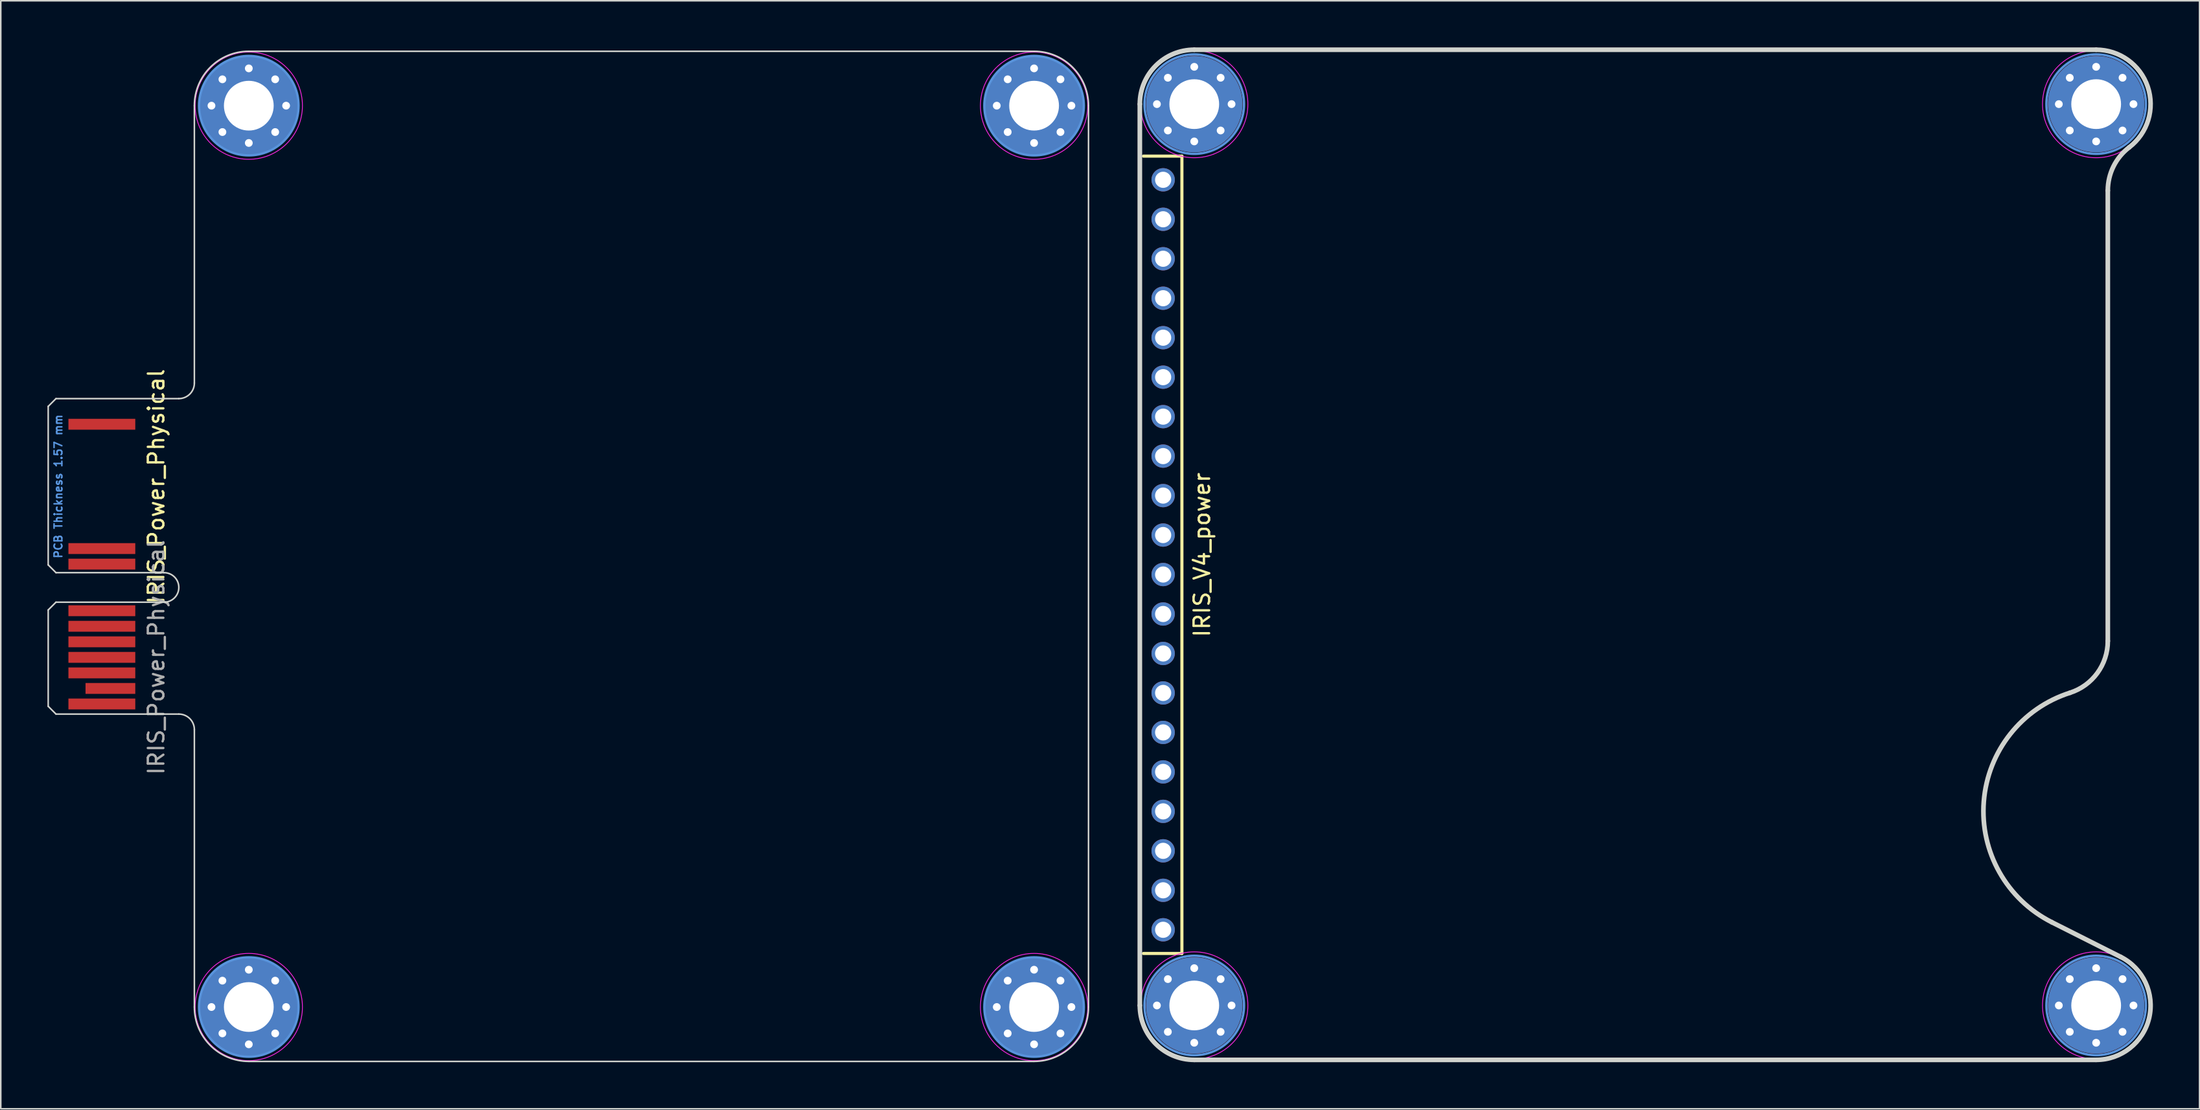
<source format=kicad_pcb>
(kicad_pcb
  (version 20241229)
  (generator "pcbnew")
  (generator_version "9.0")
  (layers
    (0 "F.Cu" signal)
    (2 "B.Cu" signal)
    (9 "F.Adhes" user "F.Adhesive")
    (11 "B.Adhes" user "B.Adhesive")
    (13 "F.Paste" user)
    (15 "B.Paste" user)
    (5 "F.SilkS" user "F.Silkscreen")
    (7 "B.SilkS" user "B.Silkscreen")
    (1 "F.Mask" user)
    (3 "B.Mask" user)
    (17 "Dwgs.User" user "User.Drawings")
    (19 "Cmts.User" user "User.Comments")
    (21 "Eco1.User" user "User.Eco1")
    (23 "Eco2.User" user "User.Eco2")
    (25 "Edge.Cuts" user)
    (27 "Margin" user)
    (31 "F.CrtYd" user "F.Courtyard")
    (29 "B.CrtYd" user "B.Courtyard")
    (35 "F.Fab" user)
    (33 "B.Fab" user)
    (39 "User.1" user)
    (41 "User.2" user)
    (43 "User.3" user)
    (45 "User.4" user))
  (footprint "IRIS_V4_power"
    (layer "F.Cu")
    (at 70.25 32.65)
    (property "Reference" "IRIS_V4_power" (at 4 0 90) (layer "F.SilkS") (effects (font (size 1 1) (thickness 0.15))))
    (attr exclude_from_pos_files exclude_from_bom)
    (fp_line (start 0.23 25.654) (end 2.706 25.654) (stroke (width 0.2) (type solid)) (layer "F.SilkS"))
    (fp_line (start 2.706 -25.654) (end 0.23 -25.654) (stroke (width 0.2) (type solid)) (layer "F.SilkS"))
    (fp_line (start 2.706 25.654) (end 2.706 -25.654) (stroke (width 0.2) (type solid)) (layer "F.SilkS"))
    (fp_circle (center 3.5 -29) (end 6.7 -29) (stroke (width 0.15) (type solid)) (fill no) (layer "Cmts.User"))
    (fp_circle (center 3.5 29) (end 6.7 29) (stroke (width 0.15) (type solid)) (fill no) (layer "Cmts.User"))
    (fp_circle (center 61.5 -29) (end 64.7 -29) (stroke (width 0.15) (type solid)) (fill no) (layer "Cmts.User"))
    (fp_circle (center 61.5 29) (end 64.7 29) (stroke (width 0.15) (type solid)) (fill no) (layer "Cmts.User"))
    (fp_line (start 0 -29) (end 0 29) (stroke (width 0.3) (type solid)) (layer "Edge.Cuts"))
    (fp_line (start 58.649 23.644) (end 63.075 25.875) (stroke (width 0.3) (type solid)) (layer "Edge.Cuts"))
    (fp_line (start 61.5 -32.5) (end 3.5 -32.5) (stroke (width 0.3) (type solid)) (layer "Edge.Cuts"))
    (fp_line (start 61.5 32.5) (end 3.5 32.5) (stroke (width 0.3) (type solid)) (layer "Edge.Cuts"))
    (fp_line (start 62.25 -23.438) (end 62.25 5.546) (stroke (width 0.3) (type solid)) (layer "Edge.Cuts"))
    (fp_arc (start 0 -29) (mid 1.025126 -31.474874) (end 3.5 -32.5) (stroke (width 0.3) (type solid)) (layer "Edge.Cuts"))
    (fp_arc (start 3.5 32.5) (mid 1.025126 31.474874) (end 0 29) (stroke (width 0.3) (type solid)) (layer "Edge.Cuts"))
    (fp_arc (start 58.649484 23.643969) (mid 54.274819 15.870317) (end 59.815217 8.879512) (stroke (width 0.3) (type solid)) (layer "Edge.Cuts"))
    (fp_arc (start 61.5 -32.5) (mid 64.815401 -30.121659) (end 63.625 -26.218925) (stroke (width 0.3) (type solid)) (layer "Edge.Cuts"))
    (fp_arc (start 62.25 -23.437851) (mid 62.612525 -24.98906) (end 63.625 -26.218925) (stroke (width 0.3) (type solid)) (layer "Edge.Cuts"))
    (fp_arc (start 62.25 5.545549) (mid 61.576505 7.609736) (end 59.815217 8.879512) (stroke (width 0.3) (type solid)) (layer "Edge.Cuts"))
    (fp_arc (start 63.075225 25.874514) (mid 64.905084 29.809567) (end 61.5 32.5) (stroke (width 0.3) (type solid)) (layer "Edge.Cuts"))
    (fp_circle (center 3.5 -29) (end 6.95 -29) (stroke (width 0.05) (type solid)) (fill no) (layer "F.CrtYd"))
    (fp_circle (center 3.5 29) (end 6.95 29) (stroke (width 0.05) (type solid)) (fill no) (layer "F.CrtYd"))
    (fp_circle (center 61.5 -29) (end 64.95 -29) (stroke (width 0.05) (type solid)) (fill no) (layer "F.CrtYd"))
    (fp_circle (center 61.5 29) (end 64.95 29) (stroke (width 0.05) (type solid)) (fill no) (layer "F.CrtYd"))
    (pad "1" thru_hole circle (at 1.5 -24.13 270) (size 1.5 1.5) (drill 1.04) (layers "*.Cu" "*.Mask"))
    (pad "2" thru_hole circle (at 1.5 -21.59 270) (size 1.5 1.5) (drill 1.04) (layers "*.Cu" "*.Mask"))
    (pad "3" thru_hole circle (at 1.5 -19.05 270) (size 1.5 1.5) (drill 1.04) (layers "*.Cu" "*.Mask"))
    (pad "4" thru_hole circle (at 1.5 -16.51 270) (size 1.5 1.5) (drill 1.04) (layers "*.Cu" "*.Mask"))
    (pad "5" thru_hole circle (at 1.5 -13.97 270) (size 1.5 1.5) (drill 1.04) (layers "*.Cu" "*.Mask"))
    (pad "6" thru_hole circle (at 1.5 -11.43 270) (size 1.5 1.5) (drill 1.04) (layers "*.Cu" "*.Mask"))
    (pad "7" thru_hole circle (at 1.5 -8.89 270) (size 1.5 1.5) (drill 1.04) (layers "*.Cu" "*.Mask"))
    (pad "8" thru_hole circle (at 1.5 -6.35 270) (size 1.5 1.5) (drill 1.04) (layers "*.Cu" "*.Mask"))
    (pad "9" thru_hole circle (at 1.5 -3.81 270) (size 1.5 1.5) (drill 1.04) (layers "*.Cu" "*.Mask"))
    (pad "10" thru_hole circle (at 1.5 -1.27 270) (size 1.5 1.5) (drill 1.04) (layers "*.Cu" "*.Mask"))
    (pad "11" thru_hole circle (at 1.5 1.27 270) (size 1.5 1.5) (drill 1.04) (layers "*.Cu" "*.Mask"))
    (pad "12" thru_hole circle (at 1.5 3.81 270) (size 1.5 1.5) (drill 1.04) (layers "*.Cu" "*.Mask"))
    (pad "13" thru_hole circle (at 1.5 6.35 270) (size 1.5 1.5) (drill 1.04) (layers "*.Cu" "*.Mask"))
    (pad "14" thru_hole circle (at 1.5 8.89 270) (size 1.5 1.5) (drill 1.04) (layers "*.Cu" "*.Mask"))
    (pad "15" thru_hole circle (at 1.5 11.43 270) (size 1.5 1.5) (drill 1.04) (layers "*.Cu" "*.Mask"))
    (pad "16" thru_hole circle (at 1.5 13.97 270) (size 1.5 1.5) (drill 1.04) (layers "*.Cu" "*.Mask"))
    (pad "17" thru_hole circle (at 1.5 16.51 270) (size 1.5 1.5) (drill 1.04) (layers "*.Cu" "*.Mask"))
    (pad "18" thru_hole circle (at 1.5 19.05 270) (size 1.5 1.5) (drill 1.04) (layers "*.Cu" "*.Mask"))
    (pad "19" thru_hole circle (at 1.5 21.59 270) (size 1.5 1.5) (drill 1.04) (layers "*.Cu" "*.Mask"))
    (pad "20" thru_hole circle (at 1.5 24.13 270) (size 1.5 1.5) (drill 1.04) (layers "*.Cu" "*.Mask"))
    (pad "MP" thru_hole circle (at 1.1 -29) (size 0.8 0.8) (drill 0.5) (layers "*.Cu" "*.Mask"))
    (pad "MP" thru_hole circle (at 1.1 29) (size 0.8 0.8) (drill 0.5) (layers "*.Cu" "*.Mask"))
    (pad "MP" thru_hole circle (at 1.803 -30.697) (size 0.8 0.8) (drill 0.5) (layers "*.Cu" "*.Mask"))
    (pad "MP" thru_hole circle (at 1.803 -27.303) (size 0.8 0.8) (drill 0.5) (layers "*.Cu" "*.Mask"))
    (pad "MP" thru_hole circle (at 1.803 27.303) (size 0.8 0.8) (drill 0.5) (layers "*.Cu" "*.Mask"))
    (pad "MP" thru_hole circle (at 1.803 30.697) (size 0.8 0.8) (drill 0.5) (layers "*.Cu" "*.Mask"))
    (pad "MP" thru_hole circle (at 3.5 -31.4) (size 0.8 0.8) (drill 0.5) (layers "*.Cu" "*.Mask"))
    (pad "MP" thru_hole circle (at 3.5 -29) (size 6.2 6.2) (drill 3.2) (layers "*.Cu" "*.Mask"))
    (pad "MP" thru_hole circle (at 3.5 -26.6) (size 0.8 0.8) (drill 0.5) (layers "*.Cu" "*.Mask"))
    (pad "MP" thru_hole circle (at 3.5 26.6) (size 0.8 0.8) (drill 0.5) (layers "*.Cu" "*.Mask"))
    (pad "MP" thru_hole circle (at 3.5 29) (size 6.2 6.2) (drill 3.2) (layers "*.Cu" "*.Mask"))
    (pad "MP" thru_hole circle (at 3.5 31.4) (size 0.8 0.8) (drill 0.5) (layers "*.Cu" "*.Mask"))
    (pad "MP" thru_hole circle (at 5.197 -30.697) (size 0.8 0.8) (drill 0.5) (layers "*.Cu" "*.Mask"))
    (pad "MP" thru_hole circle (at 5.197 -27.303) (size 0.8 0.8) (drill 0.5) (layers "*.Cu" "*.Mask"))
    (pad "MP" thru_hole circle (at 5.197 27.303) (size 0.8 0.8) (drill 0.5) (layers "*.Cu" "*.Mask"))
    (pad "MP" thru_hole circle (at 5.197 30.697) (size 0.8 0.8) (drill 0.5) (layers "*.Cu" "*.Mask"))
    (pad "MP" thru_hole circle (at 5.9 -29) (size 0.8 0.8) (drill 0.5) (layers "*.Cu" "*.Mask"))
    (pad "MP" thru_hole circle (at 5.9 29) (size 0.8 0.8) (drill 0.5) (layers "*.Cu" "*.Mask"))
    (pad "MP" thru_hole circle (at 59.1 -29) (size 0.8 0.8) (drill 0.5) (layers "*.Cu" "*.Mask"))
    (pad "MP" thru_hole circle (at 59.1 29) (size 0.8 0.8) (drill 0.5) (layers "*.Cu" "*.Mask"))
    (pad "MP" thru_hole circle (at 59.803 -30.697) (size 0.8 0.8) (drill 0.5) (layers "*.Cu" "*.Mask"))
    (pad "MP" thru_hole circle (at 59.803 -27.303) (size 0.8 0.8) (drill 0.5) (layers "*.Cu" "*.Mask"))
    (pad "MP" thru_hole circle (at 59.803 27.303) (size 0.8 0.8) (drill 0.5) (layers "*.Cu" "*.Mask"))
    (pad "MP" thru_hole circle (at 59.803 30.697) (size 0.8 0.8) (drill 0.5) (layers "*.Cu" "*.Mask"))
    (pad "MP" thru_hole circle (at 61.5 -31.4) (size 0.8 0.8) (drill 0.5) (layers "*.Cu" "*.Mask"))
    (pad "MP" thru_hole circle (at 61.5 -29) (size 6.2 6.2) (drill 3.2) (layers "*.Cu" "*.Mask"))
    (pad "MP" thru_hole circle (at 61.5 -26.6) (size 0.8 0.8) (drill 0.5) (layers "*.Cu" "*.Mask"))
    (pad "MP" thru_hole circle (at 61.5 26.6) (size 0.8 0.8) (drill 0.5) (layers "*.Cu" "*.Mask"))
    (pad "MP" thru_hole circle (at 61.5 29) (size 6.2 6.2) (drill 3.2) (layers "*.Cu" "*.Mask"))
    (pad "MP" thru_hole circle (at 61.5 31.4) (size 0.8 0.8) (drill 0.5) (layers "*.Cu" "*.Mask"))
    (pad "MP" thru_hole circle (at 63.197 -30.697) (size 0.8 0.8) (drill 0.5) (layers "*.Cu" "*.Mask"))
    (pad "MP" thru_hole circle (at 63.197 -27.303) (size 0.8 0.8) (drill 0.5) (layers "*.Cu" "*.Mask"))
    (pad "MP" thru_hole circle (at 63.197 27.303) (size 0.8 0.8) (drill 0.5) (layers "*.Cu" "*.Mask"))
    (pad "MP" thru_hole circle (at 63.197 30.697) (size 0.8 0.8) (drill 0.5) (layers "*.Cu" "*.Mask"))
    (pad "MP" thru_hole circle (at 63.9 -29) (size 0.8 0.8) (drill 0.5) (layers "*.Cu" "*.Mask"))
    (pad "MP" thru_hole circle (at 63.9 29) (size 0.8 0.8) (drill 0.5) (layers "*.Cu" "*.Mask")))
  (footprint "IRIS_Power_Physical"
    (layer "F.Cu")
    (at 9.45 0.25)
    (property "Reference" "IRIS_Power_Physical" (at -2.45 28 270) (layer "F.SilkS") (effects (font (size 1 1) (thickness 0.15))))
    (attr exclude_from_pos_files exclude_from_bom)
    (fp_circle (center 3.5 3.5) (end 6.7 3.5) (stroke (width 0.15) (type solid)) (fill no) (layer "Cmts.User"))
    (fp_circle (center 3.5 61.5) (end 6.7 61.5) (stroke (width 0.15) (type solid)) (fill no) (layer "Cmts.User"))
    (fp_circle (center 54 3.5) (end 57.2 3.5) (stroke (width 0.15) (type solid)) (fill no) (layer "Cmts.User"))
    (fp_circle (center 54 61.5) (end 57.2 61.5) (stroke (width 0.15) (type solid)) (fill no) (layer "Cmts.User"))
    (fp_line (start -9.4 22.85) (end -9.4 33.05) (stroke (width 0.1) (type solid)) (layer "Edge.Cuts"))
    (fp_line (start -9.4 35.95) (end -9.4 42.15) (stroke (width 0.1) (type solid)) (layer "Edge.Cuts"))
    (fp_line (start -8.9 22.35) (end -9.4 22.85) (stroke (width 0.1) (type solid)) (layer "Edge.Cuts"))
    (fp_line (start -8.9 33.55) (end -9.4 33.05) (stroke (width 0.1) (type solid)) (layer "Edge.Cuts"))
    (fp_line (start -8.9 35.45) (end -9.4 35.95) (stroke (width 0.1) (type solid)) (layer "Edge.Cuts"))
    (fp_line (start -8.9 42.65) (end -9.4 42.15) (stroke (width 0.1) (type solid)) (layer "Edge.Cuts"))
    (fp_line (start -1.95 33.55) (end -8.9 33.55) (stroke (width 0.1) (type solid)) (layer "Edge.Cuts"))
    (fp_line (start -1.95 35.45) (end -8.9 35.45) (stroke (width 0.1) (type solid)) (layer "Edge.Cuts"))
    (fp_line (start -1 22.35) (end -8.9 22.35) (stroke (width 0.1) (type solid)) (layer "Edge.Cuts"))
    (fp_line (start -1 42.65) (end -8.9 42.65) (stroke (width 0.1) (type solid)) (layer "Edge.Cuts"))
    (fp_line (start 0 3.5) (end 0 21.35) (stroke (width 0.1) (type solid)) (layer "Edge.Cuts"))
    (fp_line (start 0 61.5) (end 0 43.65) (stroke (width 0.1) (type solid)) (layer "Edge.Cuts"))
    (fp_line (start 3.5 0) (end 54 0) (stroke (width 0.1) (type solid)) (layer "Edge.Cuts"))
    (fp_line (start 54 65) (end 3.5 65) (stroke (width 0.1) (type solid)) (layer "Edge.Cuts"))
    (fp_line (start 57.5 3.5) (end 57.5 61.5) (stroke (width 0.1) (type solid)) (layer "Edge.Cuts"))
    (fp_arc (start -1.95 33.55) (mid -1 34.5) (end -1.95 35.45) (stroke (width 0.1) (type solid)) (layer "Edge.Cuts"))
    (fp_arc (start -1 42.65) (mid -0.292893 42.942893) (end 0 43.65) (stroke (width 0.1) (type solid)) (layer "Edge.Cuts"))
    (fp_arc (start 0 3.5) (mid 1.025126 1.025126) (end 3.5 0) (stroke (width 0.1) (type solid)) (layer "Edge.Cuts"))
    (fp_arc (start 0 21.35) (mid -0.292893 22.057107) (end -1 22.35) (stroke (width 0.1) (type solid)) (layer "Edge.Cuts"))
    (fp_arc (start 3.5 65) (mid 1.025126 63.974874) (end 0 61.5) (stroke (width 0.1) (type solid)) (layer "Edge.Cuts"))
    (fp_arc (start 54 0) (mid 56.474874 1.025126) (end 57.5 3.5) (stroke (width 0.1) (type solid)) (layer "Edge.Cuts"))
    (fp_arc (start 57.5 61.5) (mid 56.474874 63.974874) (end 54 65) (stroke (width 0.1) (type solid)) (layer "Edge.Cuts"))
    (fp_circle (center 3.5 3.5) (end 6.95 3.5) (stroke (width 0.05) (type solid)) (fill no) (layer "F.CrtYd"))
    (fp_circle (center 3.5 61.5) (end 6.95 61.5) (stroke (width 0.05) (type solid)) (fill no) (layer "F.CrtYd"))
    (fp_circle (center 54 3.5) (end 57.45 3.5) (stroke (width 0.05) (type solid)) (fill no) (layer "F.CrtYd"))
    (fp_circle (center 54 61.5) (end 57.45 61.5) (stroke (width 0.05) (type solid)) (fill no) (layer "F.CrtYd"))
    (fp_text user "PCB Thickness 1.57 mm" (at -8.75 28 90) (layer "Cmts.User") (effects (font (size 0.5 0.5) (thickness 0.1))))
    (fp_text user "${REFERENCE}" (at -2.45 39 270) (layer "F.Fab") (effects (font (size 1 1) (thickness 0.15))))
    (pad "B2" connect rect (at -5.95 24 270) (size 0.7 4.3) (layers "F.Cu" "F.Mask"))
    (pad "B10" connect rect (at -5.95 32 270) (size 0.7 4.3) (layers "F.Cu" "F.Mask"))
    (pad "B11" connect rect (at -5.95 33 270) (size 0.7 4.3) (layers "F.Cu" "F.Mask"))
    (pad "B12" connect rect (at -5.95 36 270) (size 0.7 4.3) (layers "F.Cu" "F.Mask"))
    (pad "B13" connect rect (at -5.95 37 270) (size 0.7 4.3) (layers "F.Cu" "F.Mask"))
    (pad "B14" connect rect (at -5.95 38 270) (size 0.7 4.3) (layers "F.Cu" "F.Mask"))
    (pad "B15" connect rect (at -5.95 39 270) (size 0.7 4.3) (layers "F.Cu" "F.Mask"))
    (pad "B16" connect rect (at -5.95 40 270) (size 0.7 4.3) (layers "F.Cu" "F.Mask"))
    (pad "B17" connect rect (at -5.4 41 270) (size 0.7 3.2) (layers "F.Cu" "F.Mask"))
    (pad "B18" connect rect (at -5.95 42 270) (size 0.7 4.3) (layers "F.Cu" "F.Mask"))
    (pad "MNT" thru_hole circle (at 1.1 3.5) (size 0.8 0.8) (drill 0.5) (layers "*.Cu" "*.Mask"))
    (pad "MNT" thru_hole circle (at 1.1 61.5) (size 0.8 0.8) (drill 0.5) (layers "*.Cu" "*.Mask"))
    (pad "MNT" thru_hole circle (at 1.803 1.803) (size 0.8 0.8) (drill 0.5) (layers "*.Cu" "*.Mask"))
    (pad "MNT" thru_hole circle (at 1.803 5.197) (size 0.8 0.8) (drill 0.5) (layers "*.Cu" "*.Mask"))
    (pad "MNT" thru_hole circle (at 1.803 59.803) (size 0.8 0.8) (drill 0.5) (layers "*.Cu" "*.Mask"))
    (pad "MNT" thru_hole circle (at 1.803 63.197) (size 0.8 0.8) (drill 0.5) (layers "*.Cu" "*.Mask"))
    (pad "MNT" thru_hole circle (at 3.5 1.1) (size 0.8 0.8) (drill 0.5) (layers "*.Cu" "*.Mask"))
    (pad "MNT" thru_hole circle (at 3.5 3.5) (size 6.4 6.4) (drill 3.2) (layers "*.Cu" "*.Mask"))
    (pad "MNT" thru_hole circle (at 3.5 5.9) (size 0.8 0.8) (drill 0.5) (layers "*.Cu" "*.Mask"))
    (pad "MNT" thru_hole circle (at 3.5 59.1) (size 0.8 0.8) (drill 0.5) (layers "*.Cu" "*.Mask"))
    (pad "MNT" thru_hole circle (at 3.5 61.5) (size 6.4 6.4) (drill 3.2) (layers "*.Cu" "*.Mask"))
    (pad "MNT" thru_hole circle (at 3.5 63.9) (size 0.8 0.8) (drill 0.5) (layers "*.Cu" "*.Mask"))
    (pad "MNT" thru_hole circle (at 5.197 1.803) (size 0.8 0.8) (drill 0.5) (layers "*.Cu" "*.Mask"))
    (pad "MNT" thru_hole circle (at 5.197 5.197) (size 0.8 0.8) (drill 0.5) (layers "*.Cu" "*.Mask"))
    (pad "MNT" thru_hole circle (at 5.197 59.803) (size 0.8 0.8) (drill 0.5) (layers "*.Cu" "*.Mask"))
    (pad "MNT" thru_hole circle (at 5.197 63.197) (size 0.8 0.8) (drill 0.5) (layers "*.Cu" "*.Mask"))
    (pad "MNT" thru_hole circle (at 5.9 3.5) (size 0.8 0.8) (drill 0.5) (layers "*.Cu" "*.Mask"))
    (pad "MNT" thru_hole circle (at 5.9 61.5) (size 0.8 0.8) (drill 0.5) (layers "*.Cu" "*.Mask"))
    (pad "MNT" thru_hole circle (at 51.6 3.5) (size 0.8 0.8) (drill 0.5) (layers "*.Cu" "*.Mask"))
    (pad "MNT" thru_hole circle (at 51.6 61.5) (size 0.8 0.8) (drill 0.5) (layers "*.Cu" "*.Mask"))
    (pad "MNT" thru_hole circle (at 52.303 1.803) (size 0.8 0.8) (drill 0.5) (layers "*.Cu" "*.Mask"))
    (pad "MNT" thru_hole circle (at 52.303 5.197) (size 0.8 0.8) (drill 0.5) (layers "*.Cu" "*.Mask"))
    (pad "MNT" thru_hole circle (at 52.303 59.803) (size 0.8 0.8) (drill 0.5) (layers "*.Cu" "*.Mask"))
    (pad "MNT" thru_hole circle (at 52.303 63.197) (size 0.8 0.8) (drill 0.5) (layers "*.Cu" "*.Mask"))
    (pad "MNT" thru_hole circle (at 54 1.1) (size 0.8 0.8) (drill 0.5) (layers "*.Cu" "*.Mask"))
    (pad "MNT" thru_hole circle (at 54 3.5) (size 6.4 6.4) (drill 3.2) (layers "*.Cu" "*.Mask"))
    (pad "MNT" thru_hole circle (at 54 5.9) (size 0.8 0.8) (drill 0.5) (layers "*.Cu" "*.Mask"))
    (pad "MNT" thru_hole circle (at 54 59.1) (size 0.8 0.8) (drill 0.5) (layers "*.Cu" "*.Mask"))
    (pad "MNT" thru_hole circle (at 54 61.5) (size 6.4 6.4) (drill 3.2) (layers "*.Cu" "*.Mask"))
    (pad "MNT" thru_hole circle (at 54 63.9) (size 0.8 0.8) (drill 0.5) (layers "*.Cu" "*.Mask"))
    (pad "MNT" thru_hole circle (at 55.697 1.803) (size 0.8 0.8) (drill 0.5) (layers "*.Cu" "*.Mask"))
    (pad "MNT" thru_hole circle (at 55.697 5.197) (size 0.8 0.8) (drill 0.5) (layers "*.Cu" "*.Mask"))
    (pad "MNT" thru_hole circle (at 55.697 59.803) (size 0.8 0.8) (drill 0.5) (layers "*.Cu" "*.Mask"))
    (pad "MNT" thru_hole circle (at 55.697 63.197) (size 0.8 0.8) (drill 0.5) (layers "*.Cu" "*.Mask"))
    (pad "MNT" thru_hole circle (at 56.4 3.5) (size 0.8 0.8) (drill 0.5) (layers "*.Cu" "*.Mask"))
    (pad "MNT" thru_hole circle (at 56.4 61.5) (size 0.8 0.8) (drill 0.5) (layers "*.Cu" "*.Mask")))
  (gr_rect
    (start -3 -3)
    (end 138.4 68.3)
    (stroke (width 0.1) (type default))
    (fill no)
    (layer "Edge.Cuts")))
</source>
